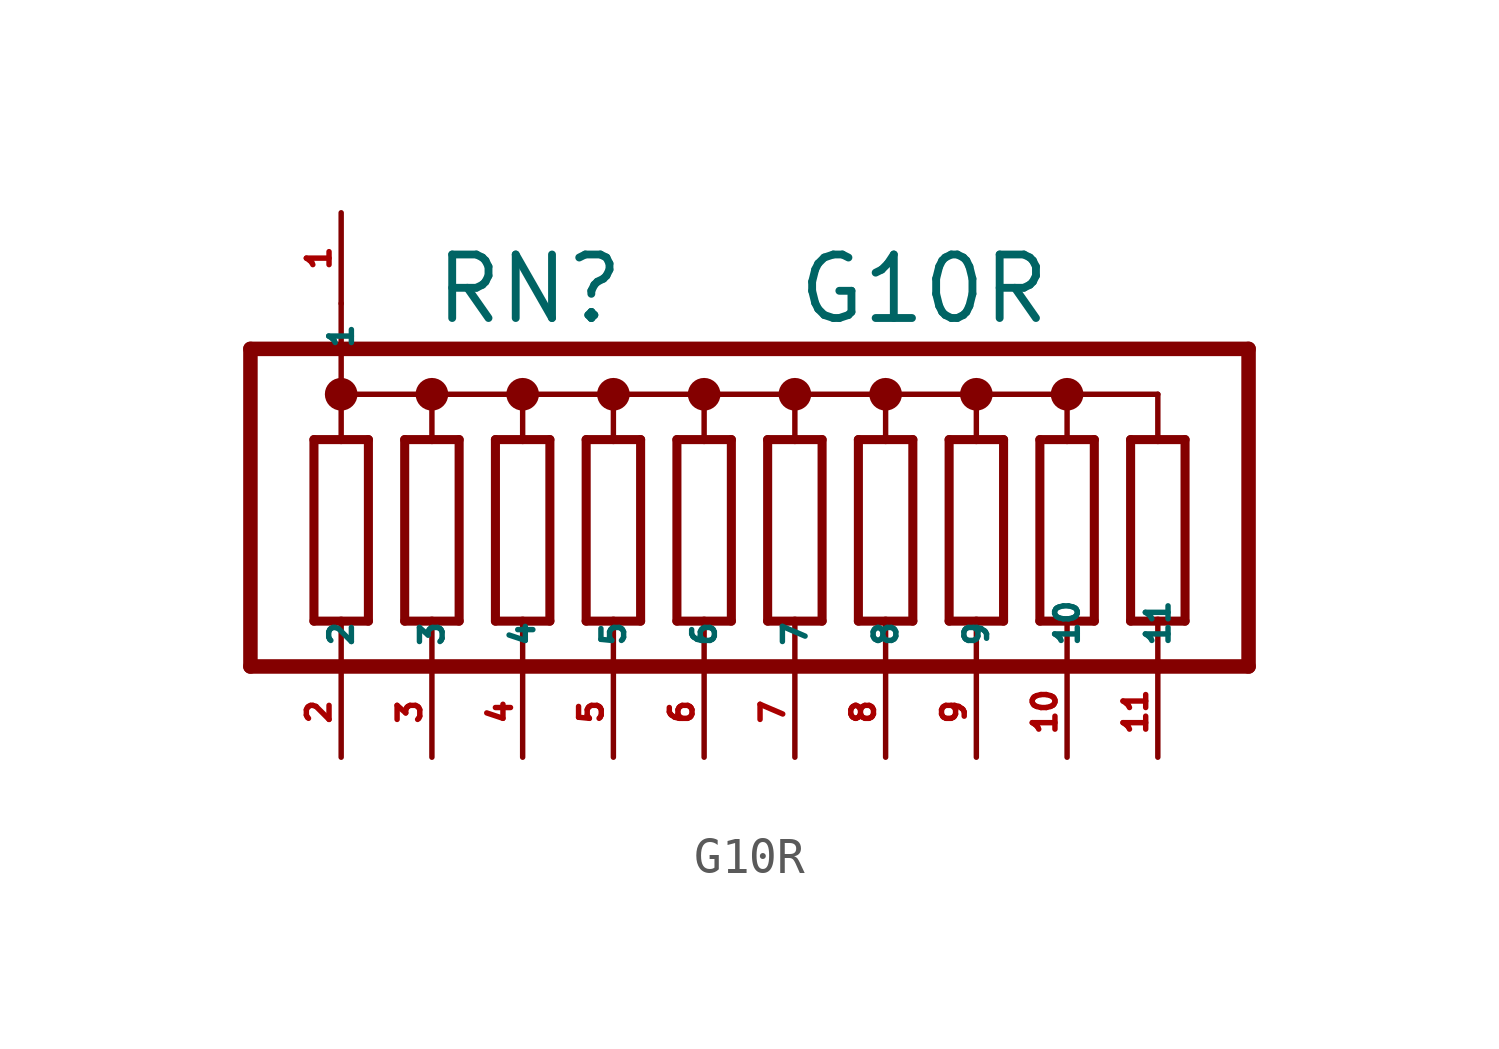
<source format=kicad_sym>
(kicad_symbol_lib
  (version 20220914)
  (generator Eagle2Kicad)
  (symbol "G10R"
    (property "Reference" "RN"
      (at -10.16 6.985 0)
      (effects (font (size 1.778 1.778) (thickness 0.22)) (justify left bottom)))
    (property "Value" "G10R"
      (at 0 6.985 0)
      (effects (font (size 1.778 1.778) (thickness 0.22)) (justify left bottom)))
    (polyline
      (pts (xy -11.938 -1.27) (xy -11.938 3.81))
      (stroke (width 0.254) (type default))
      (fill (type none)))
    (polyline
      (pts (xy -13.462 3.81) (xy -13.462 -1.27))
      (stroke (width 0.254) (type default))
      (fill (type none)))
    (polyline
      (pts (xy -11.938 3.81) (xy -12.7 3.81))
      (stroke (width 0.254) (type default))
      (fill (type none)))
    (polyline
      (pts (xy -13.462 -1.27) (xy -12.7 -1.27))
      (stroke (width 0.254) (type default))
      (fill (type none)))
    (polyline
      (pts (xy -12.7 -1.27) (xy -12.7 -2.54))
      (stroke (width 0.152) (type default))
      (fill (type none)))
    (polyline
      (pts (xy -12.7 -1.27) (xy -11.938 -1.27))
      (stroke (width 0.254) (type default))
      (fill (type none)))
    (polyline
      (pts (xy -12.7 5.08) (xy -12.7 3.81))
      (stroke (width 0.152) (type default))
      (fill (type none)))
    (polyline
      (pts (xy -12.7 3.81) (xy -13.462 3.81))
      (stroke (width 0.254) (type default))
      (fill (type none)))
    (polyline
      (pts (xy -12.7 5.08) (xy -10.16 5.08))
      (stroke (width 0.152) (type default))
      (fill (type none)))
    (polyline
      (pts (xy -10.16 5.08) (xy -10.16 3.81))
      (stroke (width 0.152) (type default))
      (fill (type none)))
    (polyline
      (pts (xy -10.16 5.08) (xy -7.62 5.08))
      (stroke (width 0.152) (type default))
      (fill (type none)))
    (polyline
      (pts (xy -7.62 5.08) (xy -7.62 3.81))
      (stroke (width 0.152) (type default))
      (fill (type none)))
    (polyline
      (pts (xy -7.62 5.08) (xy -5.08 5.08))
      (stroke (width 0.152) (type default))
      (fill (type none)))
    (polyline
      (pts (xy -5.08 5.08) (xy -5.08 3.81))
      (stroke (width 0.152) (type default))
      (fill (type none)))
    (polyline
      (pts (xy -5.08 5.08) (xy -2.54 5.08))
      (stroke (width 0.152) (type default))
      (fill (type none)))
    (polyline
      (pts (xy -2.54 5.08) (xy -2.54 3.81))
      (stroke (width 0.152) (type default))
      (fill (type none)))
    (polyline
      (pts (xy -2.54 -2.54) (xy -2.54 -1.27))
      (stroke (width 0.152) (type default))
      (fill (type none)))
    (polyline
      (pts (xy -5.08 -2.54) (xy -5.08 -1.27))
      (stroke (width 0.152) (type default))
      (fill (type none)))
    (polyline
      (pts (xy -7.62 -2.54) (xy -7.62 -1.27))
      (stroke (width 0.152) (type default))
      (fill (type none)))
    (polyline
      (pts (xy -10.16 -2.54) (xy -10.16 -1.27))
      (stroke (width 0.152) (type default))
      (fill (type none)))
    (polyline
      (pts (xy -10.16 -1.27) (xy -9.398 -1.27))
      (stroke (width 0.254) (type default))
      (fill (type none)))
    (polyline
      (pts (xy -10.922 -1.27) (xy -10.16 -1.27))
      (stroke (width 0.254) (type default))
      (fill (type none)))
    (polyline
      (pts (xy -9.398 3.81) (xy -10.16 3.81))
      (stroke (width 0.254) (type default))
      (fill (type none)))
    (polyline
      (pts (xy -10.16 3.81) (xy -10.922 3.81))
      (stroke (width 0.254) (type default))
      (fill (type none)))
    (polyline
      (pts (xy -9.398 -1.27) (xy -9.398 3.81))
      (stroke (width 0.254) (type default))
      (fill (type none)))
    (polyline
      (pts (xy -10.922 3.81) (xy -10.922 -1.27))
      (stroke (width 0.254) (type default))
      (fill (type none)))
    (polyline
      (pts (xy -6.858 -1.27) (xy -6.858 3.81))
      (stroke (width 0.254) (type default))
      (fill (type none)))
    (polyline
      (pts (xy -4.318 -1.27) (xy -4.318 3.81))
      (stroke (width 0.254) (type default))
      (fill (type none)))
    (polyline
      (pts (xy -1.778 -1.27) (xy -1.778 3.81))
      (stroke (width 0.254) (type default))
      (fill (type none)))
    (polyline
      (pts (xy -8.382 3.81) (xy -8.382 -1.27))
      (stroke (width 0.254) (type default))
      (fill (type none)))
    (polyline
      (pts (xy -5.842 3.81) (xy -5.842 -1.27))
      (stroke (width 0.254) (type default))
      (fill (type none)))
    (polyline
      (pts (xy -3.302 3.81) (xy -3.302 -1.27))
      (stroke (width 0.254) (type default))
      (fill (type none)))
    (polyline
      (pts (xy -6.858 3.81) (xy -7.62 3.81))
      (stroke (width 0.254) (type default))
      (fill (type none)))
    (polyline
      (pts (xy -4.318 3.81) (xy -5.08 3.81))
      (stroke (width 0.254) (type default))
      (fill (type none)))
    (polyline
      (pts (xy -1.778 3.81) (xy -2.54 3.81))
      (stroke (width 0.254) (type default))
      (fill (type none)))
    (polyline
      (pts (xy -7.62 3.81) (xy -8.382 3.81))
      (stroke (width 0.254) (type default))
      (fill (type none)))
    (polyline
      (pts (xy -5.08 3.81) (xy -5.842 3.81))
      (stroke (width 0.254) (type default))
      (fill (type none)))
    (polyline
      (pts (xy -2.54 3.81) (xy -3.302 3.81))
      (stroke (width 0.254) (type default))
      (fill (type none)))
    (polyline
      (pts (xy -7.62 -1.27) (xy -6.858 -1.27))
      (stroke (width 0.254) (type default))
      (fill (type none)))
    (polyline
      (pts (xy -5.08 -1.27) (xy -4.318 -1.27))
      (stroke (width 0.254) (type default))
      (fill (type none)))
    (polyline
      (pts (xy -2.54 -1.27) (xy -1.778 -1.27))
      (stroke (width 0.254) (type default))
      (fill (type none)))
    (polyline
      (pts (xy -8.382 -1.27) (xy -7.62 -1.27))
      (stroke (width 0.254) (type default))
      (fill (type none)))
    (polyline
      (pts (xy -5.842 -1.27) (xy -5.08 -1.27))
      (stroke (width 0.254) (type default))
      (fill (type none)))
    (polyline
      (pts (xy -3.302 -1.27) (xy -2.54 -1.27))
      (stroke (width 0.254) (type default))
      (fill (type none)))
    (polyline
      (pts (xy -15.24 -2.54) (xy -15.24 6.35))
      (stroke (width 0.406) (type default))
      (fill (type none)))
    (polyline
      (pts (xy 0.762 -1.27) (xy 0.762 3.81))
      (stroke (width 0.254) (type default))
      (fill (type none)))
    (polyline
      (pts (xy -0.762 3.81) (xy -0.762 -1.27))
      (stroke (width 0.254) (type default))
      (fill (type none)))
    (polyline
      (pts (xy 0.762 3.81) (xy 0 3.81))
      (stroke (width 0.254) (type default))
      (fill (type none)))
    (polyline
      (pts (xy -0.762 -1.27) (xy 0 -1.27))
      (stroke (width 0.254) (type default))
      (fill (type none)))
    (polyline
      (pts (xy 0 -1.27) (xy 0 -2.54))
      (stroke (width 0.152) (type default))
      (fill (type none)))
    (polyline
      (pts (xy 0 -1.27) (xy 0.762 -1.27))
      (stroke (width 0.254) (type default))
      (fill (type none)))
    (polyline
      (pts (xy 0 5.08) (xy 0 3.81))
      (stroke (width 0.152) (type default))
      (fill (type none)))
    (polyline
      (pts (xy 0 3.81) (xy -0.762 3.81))
      (stroke (width 0.254) (type default))
      (fill (type none)))
    (polyline
      (pts (xy 0 5.08) (xy 2.54 5.08))
      (stroke (width 0.152) (type default))
      (fill (type none)))
    (polyline
      (pts (xy 2.54 5.08) (xy 2.54 3.81))
      (stroke (width 0.152) (type default))
      (fill (type none)))
    (polyline
      (pts (xy 2.54 5.08) (xy 5.08 5.08))
      (stroke (width 0.152) (type default))
      (fill (type none)))
    (polyline
      (pts (xy 5.08 5.08) (xy 5.08 3.81))
      (stroke (width 0.152) (type default))
      (fill (type none)))
    (polyline
      (pts (xy 5.08 5.08) (xy 7.62 5.08))
      (stroke (width 0.152) (type default))
      (fill (type none)))
    (polyline
      (pts (xy 7.62 5.08) (xy 7.62 3.81))
      (stroke (width 0.152) (type default))
      (fill (type none)))
    (polyline
      (pts (xy 7.62 -2.54) (xy 7.62 -1.27))
      (stroke (width 0.152) (type default))
      (fill (type none)))
    (polyline
      (pts (xy 5.08 -2.54) (xy 5.08 -1.27))
      (stroke (width 0.152) (type default))
      (fill (type none)))
    (polyline
      (pts (xy 2.54 -2.54) (xy 2.54 -1.27))
      (stroke (width 0.152) (type default))
      (fill (type none)))
    (polyline
      (pts (xy 2.54 -1.27) (xy 3.302 -1.27))
      (stroke (width 0.254) (type default))
      (fill (type none)))
    (polyline
      (pts (xy 1.778 -1.27) (xy 2.54 -1.27))
      (stroke (width 0.254) (type default))
      (fill (type none)))
    (polyline
      (pts (xy 3.302 3.81) (xy 2.54 3.81))
      (stroke (width 0.254) (type default))
      (fill (type none)))
    (polyline
      (pts (xy 2.54 3.81) (xy 1.778 3.81))
      (stroke (width 0.254) (type default))
      (fill (type none)))
    (polyline
      (pts (xy 3.302 -1.27) (xy 3.302 3.81))
      (stroke (width 0.254) (type default))
      (fill (type none)))
    (polyline
      (pts (xy 1.778 3.81) (xy 1.778 -1.27))
      (stroke (width 0.254) (type default))
      (fill (type none)))
    (polyline
      (pts (xy 5.842 -1.27) (xy 5.842 3.81))
      (stroke (width 0.254) (type default))
      (fill (type none)))
    (polyline
      (pts (xy 8.382 -1.27) (xy 8.382 3.81))
      (stroke (width 0.254) (type default))
      (fill (type none)))
    (polyline
      (pts (xy 4.318 3.81) (xy 4.318 -1.27))
      (stroke (width 0.254) (type default))
      (fill (type none)))
    (polyline
      (pts (xy 6.858 3.81) (xy 6.858 -1.27))
      (stroke (width 0.254) (type default))
      (fill (type none)))
    (polyline
      (pts (xy 5.842 3.81) (xy 5.08 3.81))
      (stroke (width 0.254) (type default))
      (fill (type none)))
    (polyline
      (pts (xy 8.382 3.81) (xy 7.62 3.81))
      (stroke (width 0.254) (type default))
      (fill (type none)))
    (polyline
      (pts (xy 5.08 3.81) (xy 4.318 3.81))
      (stroke (width 0.254) (type default))
      (fill (type none)))
    (polyline
      (pts (xy 7.62 3.81) (xy 6.858 3.81))
      (stroke (width 0.254) (type default))
      (fill (type none)))
    (polyline
      (pts (xy 5.08 -1.27) (xy 5.842 -1.27))
      (stroke (width 0.254) (type default))
      (fill (type none)))
    (polyline
      (pts (xy 7.62 -1.27) (xy 8.382 -1.27))
      (stroke (width 0.254) (type default))
      (fill (type none)))
    (polyline
      (pts (xy 4.318 -1.27) (xy 5.08 -1.27))
      (stroke (width 0.254) (type default))
      (fill (type none)))
    (polyline
      (pts (xy 6.858 -1.27) (xy 7.62 -1.27))
      (stroke (width 0.254) (type default))
      (fill (type none)))
    (polyline
      (pts (xy -15.24 6.35) (xy 12.7 6.35))
      (stroke (width 0.406) (type default))
      (fill (type none)))
    (polyline
      (pts (xy 12.7 6.35) (xy 12.7 -2.54))
      (stroke (width 0.406) (type default))
      (fill (type none)))
    (polyline
      (pts (xy -15.24 -2.54) (xy 10.16 -2.54))
      (stroke (width 0.406) (type default))
      (fill (type none)))
    (polyline
      (pts (xy -2.54 5.08) (xy 0 5.08))
      (stroke (width 0.152) (type default))
      (fill (type none)))
    (polyline
      (pts (xy -12.7 7.62) (xy -12.7 5.08))
      (stroke (width 0.152) (type default))
      (fill (type none)))
    (polyline
      (pts (xy 10.16 -2.54) (xy 10.16 -1.27))
      (stroke (width 0.152) (type default))
      (fill (type none)))
    (polyline
      (pts (xy 10.16 -2.54) (xy 12.7 -2.54))
      (stroke (width 0.406) (type default))
      (fill (type none)))
    (polyline
      (pts (xy 10.16 -1.27) (xy 10.922 -1.27))
      (stroke (width 0.254) (type default))
      (fill (type none)))
    (polyline
      (pts (xy 9.398 -1.27) (xy 10.16 -1.27))
      (stroke (width 0.254) (type default))
      (fill (type none)))
    (polyline
      (pts (xy 9.398 3.81) (xy 9.398 -1.27))
      (stroke (width 0.254) (type default))
      (fill (type none)))
    (polyline
      (pts (xy 10.922 -1.27) (xy 10.922 3.81))
      (stroke (width 0.254) (type default))
      (fill (type none)))
    (polyline
      (pts (xy 10.922 3.81) (xy 10.16 3.81))
      (stroke (width 0.254) (type default))
      (fill (type none)))
    (polyline
      (pts (xy 10.16 3.81) (xy 9.398 3.81))
      (stroke (width 0.254) (type default))
      (fill (type none)))
    (polyline
      (pts (xy 10.16 5.08) (xy 10.16 3.81))
      (stroke (width 0.152) (type default))
      (fill (type none)))
    (polyline
      (pts (xy 7.62 5.08) (xy 10.16 5.08))
      (stroke (width 0.152) (type default))
      (fill (type none)))
    (circle
      (center 5.08 5.08)
      (radius 0.254)
      (stroke (width 0.406) (type default))
      (fill (type none)))
    (circle
      (center 2.54 5.08)
      (radius 0.254)
      (stroke (width 0.406) (type default))
      (fill (type none)))
    (circle
      (center 0 5.08)
      (radius 0.254)
      (stroke (width 0.406) (type default))
      (fill (type none)))
    (circle
      (center -2.54 5.08)
      (radius 0.254)
      (stroke (width 0.406) (type default))
      (fill (type none)))
    (circle
      (center -5.08 5.08)
      (radius 0.254)
      (stroke (width 0.406) (type default))
      (fill (type none)))
    (circle
      (center -7.62 5.08)
      (radius 0.254)
      (stroke (width 0.406) (type default))
      (fill (type none)))
    (circle
      (center -10.16 5.08)
      (radius 0.254)
      (stroke (width 0.406) (type default))
      (fill (type none)))
    (circle
      (center -12.7 5.08)
      (radius 0.254)
      (stroke (width 0.406) (type default))
      (fill (type none)))
    (circle
      (center 7.62 5.08)
      (radius 0.254)
      (stroke (width 0.406) (type default))
      (fill (type none)))
    (pin passive line
      (at -12.7 10.16 270)
      (length 2.54)
      (name "1" (effects (font (size 0.635 0.635) (thickness 0.08)) (justify left bottom)))
      (number "1" (effects (font (size 0.635 0.635) (thickness 0.08)) (justify left bottom))))
    (pin passive line
      (at -12.7 -5.08 90)
      (length 2.54)
      (name "2" (effects (font (size 0.635 0.635) (thickness 0.08)) (justify left bottom)))
      (number "2" (effects (font (size 0.635 0.635) (thickness 0.08)) (justify left bottom))))
    (pin passive line
      (at -10.16 -5.08 90)
      (length 2.54)
      (name "3" (effects (font (size 0.635 0.635) (thickness 0.08)) (justify left bottom)))
      (number "3" (effects (font (size 0.635 0.635) (thickness 0.08)) (justify left bottom))))
    (pin passive line
      (at -7.62 -5.08 90)
      (length 2.54)
      (name "4" (effects (font (size 0.635 0.635) (thickness 0.08)) (justify left bottom)))
      (number "4" (effects (font (size 0.635 0.635) (thickness 0.08)) (justify left bottom))))
    (pin passive line
      (at -5.08 -5.08 90)
      (length 2.54)
      (name "5" (effects (font (size 0.635 0.635) (thickness 0.08)) (justify left bottom)))
      (number "5" (effects (font (size 0.635 0.635) (thickness 0.08)) (justify left bottom))))
    (pin passive line
      (at -2.54 -5.08 90)
      (length 2.54)
      (name "6" (effects (font (size 0.635 0.635) (thickness 0.08)) (justify left bottom)))
      (number "6" (effects (font (size 0.635 0.635) (thickness 0.08)) (justify left bottom))))
    (pin passive line
      (at 0 -5.08 90)
      (length 2.54)
      (name "7" (effects (font (size 0.635 0.635) (thickness 0.08)) (justify left bottom)))
      (number "7" (effects (font (size 0.635 0.635) (thickness 0.08)) (justify left bottom))))
    (pin passive line
      (at 2.54 -5.08 90)
      (length 2.54)
      (name "8" (effects (font (size 0.635 0.635) (thickness 0.08)) (justify left bottom)))
      (number "8" (effects (font (size 0.635 0.635) (thickness 0.08)) (justify left bottom))))
    (pin passive line
      (at 5.08 -5.08 90)
      (length 2.54)
      (name "9" (effects (font (size 0.635 0.635) (thickness 0.08)) (justify left bottom)))
      (number "9" (effects (font (size 0.635 0.635) (thickness 0.08)) (justify left bottom))))
    (pin passive line
      (at 7.62 -5.08 90)
      (length 2.54)
      (name "10" (effects (font (size 0.635 0.635) (thickness 0.08)) (justify left bottom)))
      (number "10" (effects (font (size 0.635 0.635) (thickness 0.08)) (justify left bottom))))
    (pin passive line
      (at 10.16 -5.08 90)
      (length 2.54)
      (name "11" (effects (font (size 0.635 0.635) (thickness 0.08)) (justify left bottom)))
      (number "11" (effects (font (size 0.635 0.635) (thickness 0.08)) (justify left bottom))))))
</source>
